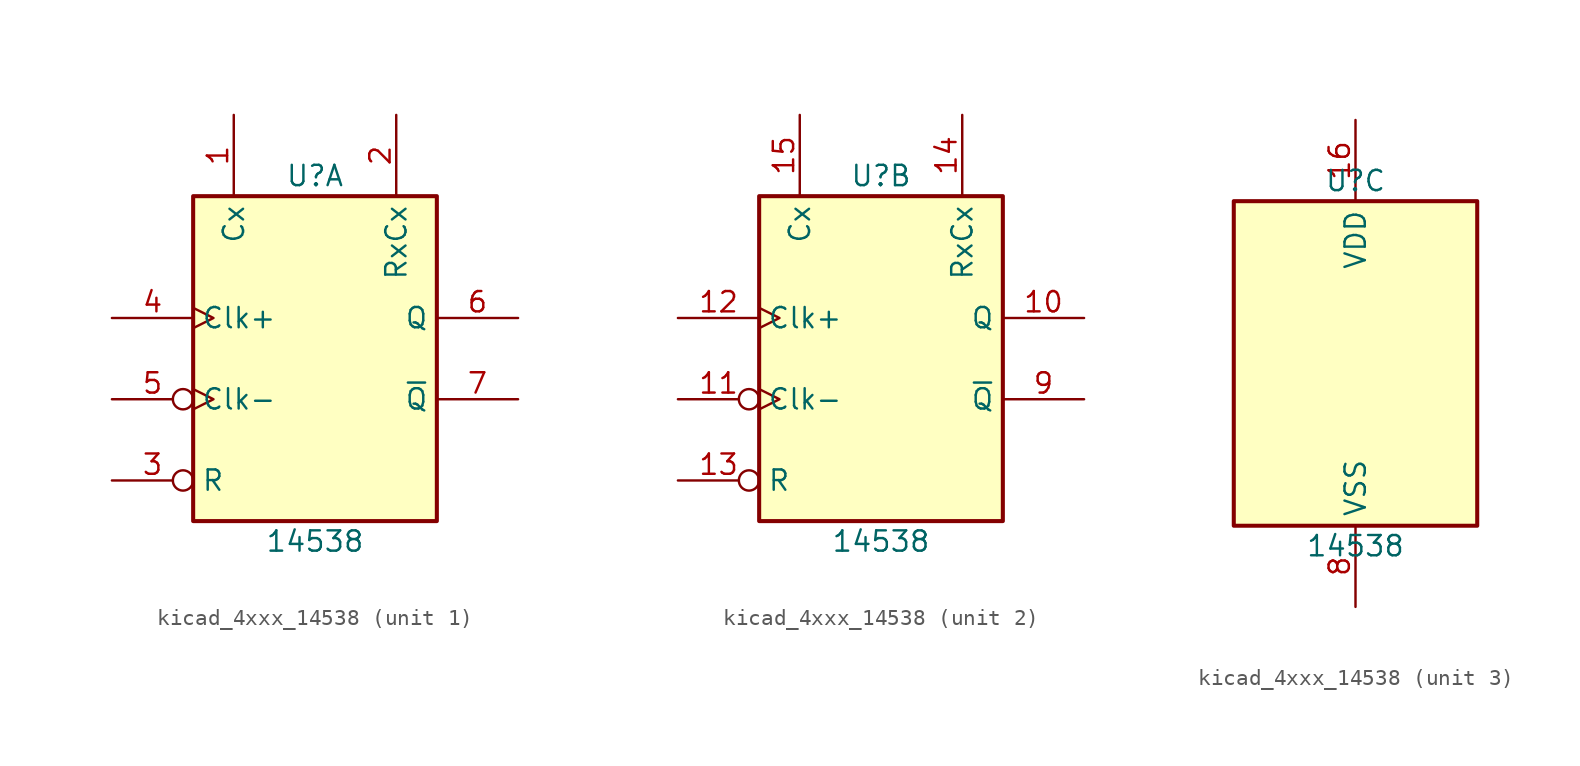
<source format=kicad_sym>
(kicad_symbol_lib
  (version 20220914)
  (generator kicad_symbol_editor)
  (symbol "kicad_4xxx_14538"
    (property "Reference" "U"
      (at 0 11.43 0)
      (effects (font (size 1.27 1.27))))
    (property "Value" "14538"
      (at 0 -11.43 0)
      (effects (font (size 1.27 1.27))))
    (property "ki_locked" ""
      (at 0 0 0)
      (effects (font (size 1.27 1.27))))
    (symbol "kicad_4xxx_14538_1_0"
      (pin input line (at -5.08 15.24 270) (length 5.08) (name "Cx" (effects (font (size 1.27 1.27)))) (number "1" (effects (font (size 1.27 1.27)))))
      (pin input line (at 5.08 15.24 270) (length 5.08) (name "RxCx" (effects (font (size 1.27 1.27)))) (number "2" (effects (font (size 1.27 1.27)))))
      (pin input inverted (at -12.7 -7.62 0) (length 5.08) (name "R" (effects (font (size 1.27 1.27)))) (number "3" (effects (font (size 1.27 1.27)))))
      (pin input clock (at -12.7 2.54 0) (length 5.08) (name "Clk+" (effects (font (size 1.27 1.27)))) (number "4" (effects (font (size 1.27 1.27)))))
      (pin input inverted_clock (at -12.7 -2.54 0) (length 5.08) (name "Clk-" (effects (font (size 1.27 1.27)))) (number "5" (effects (font (size 1.27 1.27)))))
      (pin output line (at 12.7 2.54 180) (length 5.08) (name "Q" (effects (font (size 1.27 1.27)))) (number "6" (effects (font (size 1.27 1.27)))))
      (pin output line (at 12.7 -2.54 180) (length 5.08) (name "~{Q}" (effects (font (size 1.27 1.27)))) (number "7" (effects (font (size 1.27 1.27))))))
    (symbol "kicad_4xxx_14538_1_1"
      (rectangle (start -7.62 10.16) (end 7.62 -10.16) (stroke (width 0.254) (type default)) (fill (type background))))
    (symbol "kicad_4xxx_14538_2_0"
      (pin output line (at 12.7 2.54 180) (length 5.08) (name "Q" (effects (font (size 1.27 1.27)))) (number "10" (effects (font (size 1.27 1.27)))))
      (pin input inverted_clock (at -12.7 -2.54 0) (length 5.08) (name "Clk-" (effects (font (size 1.27 1.27)))) (number "11" (effects (font (size 1.27 1.27)))))
      (pin input clock (at -12.7 2.54 0) (length 5.08) (name "Clk+" (effects (font (size 1.27 1.27)))) (number "12" (effects (font (size 1.27 1.27)))))
      (pin input inverted (at -12.7 -7.62 0) (length 5.08) (name "R" (effects (font (size 1.27 1.27)))) (number "13" (effects (font (size 1.27 1.27)))))
      (pin input line (at 5.08 15.24 270) (length 5.08) (name "RxCx" (effects (font (size 1.27 1.27)))) (number "14" (effects (font (size 1.27 1.27)))))
      (pin input line (at -5.08 15.24 270) (length 5.08) (name "Cx" (effects (font (size 1.27 1.27)))) (number "15" (effects (font (size 1.27 1.27)))))
      (pin output line (at 12.7 -2.54 180) (length 5.08) (name "~{Q}" (effects (font (size 1.27 1.27)))) (number "9" (effects (font (size 1.27 1.27))))))
    (symbol "kicad_4xxx_14538_2_1"
      (rectangle (start -7.62 10.16) (end 7.62 -10.16) (stroke (width 0.254) (type default)) (fill (type background))))
    (symbol "kicad_4xxx_14538_3_0"
      (pin power_in line (at 0 15.24 270) (length 5.08) (name "VDD" (effects (font (size 1.27 1.27)))) (number "16" (effects (font (size 1.27 1.27)))))
      (pin power_in line (at 0 -15.24 90) (length 5.08) (name "VSS" (effects (font (size 1.27 1.27)))) (number "8" (effects (font (size 1.27 1.27))))))
    (symbol "kicad_4xxx_14538_3_1"
      (rectangle (start -7.62 10.16) (end 7.62 -10.16) (stroke (width 0.254) (type default)) (fill (type background))))))
</source>
